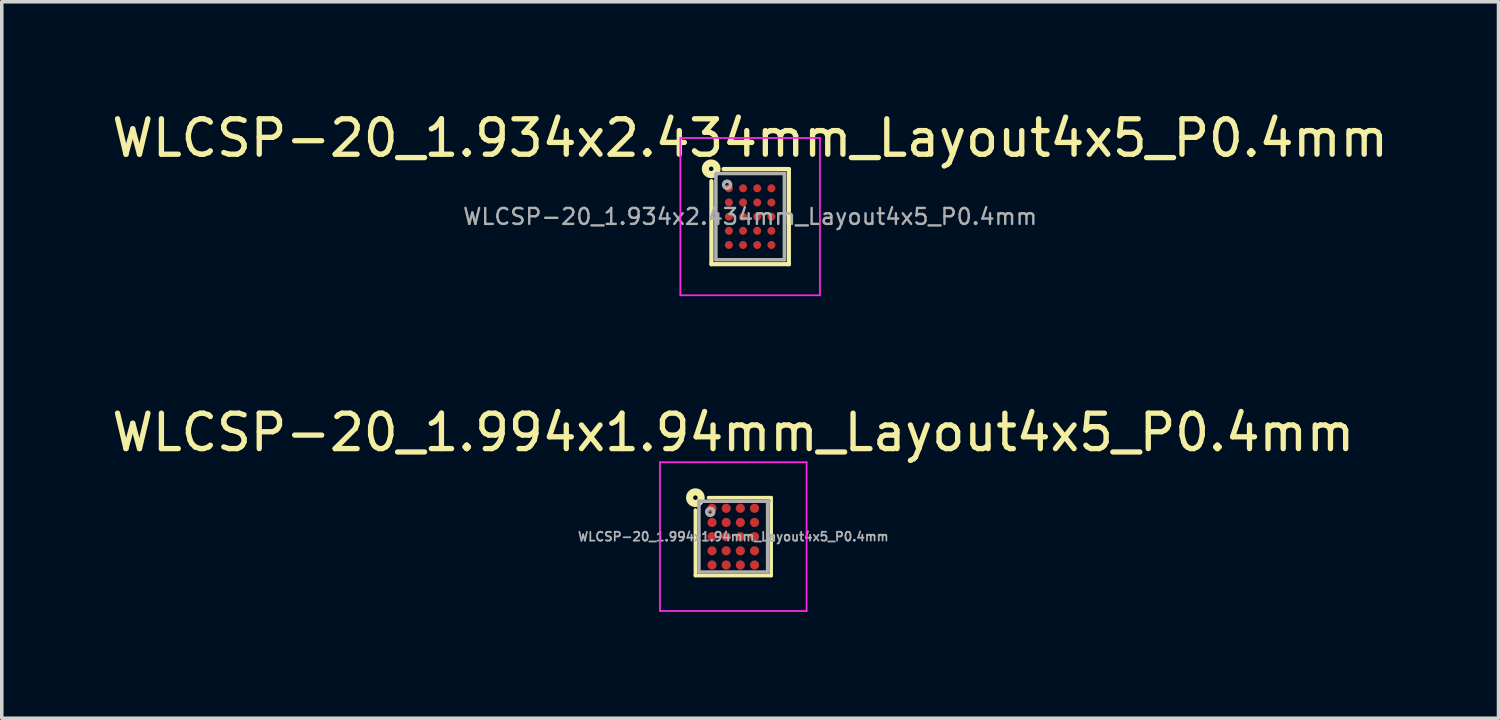
<source format=kicad_pcb>
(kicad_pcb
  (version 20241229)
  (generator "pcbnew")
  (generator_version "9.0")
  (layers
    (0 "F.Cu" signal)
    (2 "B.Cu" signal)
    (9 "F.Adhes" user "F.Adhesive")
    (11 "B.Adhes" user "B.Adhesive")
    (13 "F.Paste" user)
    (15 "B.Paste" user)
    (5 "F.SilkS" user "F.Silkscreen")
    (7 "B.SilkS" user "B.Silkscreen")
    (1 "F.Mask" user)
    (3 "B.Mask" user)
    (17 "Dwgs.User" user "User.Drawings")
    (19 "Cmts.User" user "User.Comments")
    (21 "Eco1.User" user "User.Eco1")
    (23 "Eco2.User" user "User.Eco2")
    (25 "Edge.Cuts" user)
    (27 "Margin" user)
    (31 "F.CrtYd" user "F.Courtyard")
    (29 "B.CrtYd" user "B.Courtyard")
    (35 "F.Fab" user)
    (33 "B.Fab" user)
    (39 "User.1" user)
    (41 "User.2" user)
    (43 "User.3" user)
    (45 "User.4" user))
  (footprint "WLCSP-20_1.934x2.434mm_Layout4x5_P0.4mm"
    (layer "F.Cu")
    (at 18.125 3.065)
    (property "Reference" "WLCSP-20_1.934x2.434mm_Layout4x5_P0.4mm" (at 0 -2.217 0) (layer "F.SilkS") (effects (font (size 1 1) (thickness 0.15))))
    (attr smd)
    (fp_line (start -1.092 1.342) (end -1.092 -1) (stroke (width 0.12) (type solid)) (layer "F.SilkS"))
    (fp_line (start -0.75 -1.342) (end 1.092 -1.342) (stroke (width 0.12) (type solid)) (layer "F.SilkS"))
    (fp_line (start 1.092 -1.342) (end 1.092 1.342) (stroke (width 0.12) (type solid)) (layer "F.SilkS"))
    (fp_line (start 1.092 1.342) (end -1.092 1.342) (stroke (width 0.12) (type solid)) (layer "F.SilkS"))
    (fp_circle (center -1.1 -1.35) (end -1.036 -1.35) (stroke (width 0.2) (type solid)) (fill no) (layer "F.SilkS"))
    (fp_line (start -1.97 -2.22) (end -1.97 2.22) (stroke (width 0.05) (type solid)) (layer "F.CrtYd"))
    (fp_line (start -1.97 2.22) (end 1.97 2.22) (stroke (width 0.05) (type solid)) (layer "F.CrtYd"))
    (fp_line (start 1.97 -2.22) (end -1.97 -2.22) (stroke (width 0.05) (type solid)) (layer "F.CrtYd"))
    (fp_line (start 1.97 2.22) (end 1.97 -2.22) (stroke (width 0.05) (type solid)) (layer "F.CrtYd"))
    (fp_line (start -0.967 1.217) (end -0.967 -1.2) (stroke (width 0.1) (type solid)) (layer "F.Fab"))
    (fp_line (start -0.95 -1.217) (end 0.967 -1.217) (stroke (width 0.1) (type solid)) (layer "F.Fab"))
    (fp_line (start 0.967 -1.217) (end 0.967 1.217) (stroke (width 0.1) (type solid)) (layer "F.Fab"))
    (fp_line (start 0.967 1.217) (end -0.967 1.217) (stroke (width 0.1) (type solid)) (layer "F.Fab"))
    (fp_circle (center -0.65 -0.9) (end -0.55 -0.9) (stroke (width 0.1) (type solid)) (fill no) (layer "F.Fab"))
    (fp_text user "${REFERENCE}" (at 0 0 0) (layer "F.Fab") (effects (font (size 0.45 0.45) (thickness 0.068))))
    (pad "A1" smd circle (at -0.6 -0.8) (size 0.225 0.225) (layers "F.Cu" "F.Mask" "F.Paste"))
    (pad "A2" smd circle (at -0.2 -0.8) (size 0.225 0.225) (layers "F.Cu" "F.Mask" "F.Paste"))
    (pad "A3" smd circle (at 0.2 -0.8) (size 0.225 0.225) (layers "F.Cu" "F.Mask" "F.Paste"))
    (pad "A4" smd circle (at 0.6 -0.8) (size 0.225 0.225) (layers "F.Cu" "F.Mask" "F.Paste"))
    (pad "B1" smd circle (at -0.6 -0.4) (size 0.225 0.225) (layers "F.Cu" "F.Mask" "F.Paste"))
    (pad "B2" smd circle (at -0.2 -0.4) (size 0.225 0.225) (layers "F.Cu" "F.Mask" "F.Paste"))
    (pad "B3" smd circle (at 0.2 -0.4) (size 0.225 0.225) (layers "F.Cu" "F.Mask" "F.Paste"))
    (pad "B4" smd circle (at 0.6 -0.4) (size 0.225 0.225) (layers "F.Cu" "F.Mask" "F.Paste"))
    (pad "C1" smd circle (at -0.6 0) (size 0.225 0.225) (layers "F.Cu" "F.Mask" "F.Paste"))
    (pad "C2" smd circle (at -0.2 0) (size 0.225 0.225) (layers "F.Cu" "F.Mask" "F.Paste"))
    (pad "C3" smd circle (at 0.2 0) (size 0.225 0.225) (layers "F.Cu" "F.Mask" "F.Paste"))
    (pad "C4" smd circle (at 0.6 0) (size 0.225 0.225) (layers "F.Cu" "F.Mask" "F.Paste"))
    (pad "D1" smd circle (at -0.6 0.4) (size 0.225 0.225) (layers "F.Cu" "F.Mask" "F.Paste"))
    (pad "D2" smd circle (at -0.2 0.4) (size 0.225 0.225) (layers "F.Cu" "F.Mask" "F.Paste"))
    (pad "D3" smd circle (at 0.2 0.4) (size 0.225 0.225) (layers "F.Cu" "F.Mask" "F.Paste"))
    (pad "D4" smd circle (at 0.6 0.4) (size 0.225 0.225) (layers "F.Cu" "F.Mask" "F.Paste"))
    (pad "E1" smd circle (at -0.6 0.8) (size 0.225 0.225) (layers "F.Cu" "F.Mask" "F.Paste"))
    (pad "E2" smd circle (at -0.2 0.8) (size 0.225 0.225) (layers "F.Cu" "F.Mask" "F.Paste"))
    (pad "E3" smd circle (at 0.2 0.8) (size 0.225 0.225) (layers "F.Cu" "F.Mask" "F.Paste"))
    (pad "E4" smd circle (at 0.6 0.8) (size 0.225 0.225) (layers "F.Cu" "F.Mask" "F.Paste")))
  (footprint "WLCSP-20_1.994x1.94mm_Layout4x5_P0.4mm"
    (layer "F.Cu")
    (at 17.649 12.098)
    (property "Reference" "WLCSP-20_1.994x1.94mm_Layout4x5_P0.4mm" (at 0 -2.94 0) (layer "F.SilkS") (effects (font (size 1 1) (thickness 0.15))))
    (attr smd)
    (fp_line (start -1.07 1.1) (end -1.07 -0.75) (stroke (width 0.1) (type solid)) (layer "F.SilkS"))
    (fp_line (start 1.07 -1.1) (end -0.7 -1.1) (stroke (width 0.1) (type solid)) (layer "F.SilkS"))
    (fp_line (start 1.07 1.1) (end -1.07 1.1) (stroke (width 0.1) (type solid)) (layer "F.SilkS"))
    (fp_line (start 1.07 1.1) (end 1.07 -1.1) (stroke (width 0.1) (type solid)) (layer "F.SilkS"))
    (fp_circle (center -1.07 -1.1) (end -1.006 -1.1) (stroke (width 0.2) (type solid)) (fill no) (layer "F.SilkS"))
    (fp_line (start -2.07 2.1) (end -2.07 -2.1) (stroke (width 0.05) (type solid)) (layer "F.CrtYd"))
    (fp_line (start 2.07 -2.1) (end -2.07 -2.1) (stroke (width 0.05) (type solid)) (layer "F.CrtYd"))
    (fp_line (start 2.07 2.1) (end -2.07 2.1) (stroke (width 0.05) (type solid)) (layer "F.CrtYd"))
    (fp_line (start 2.07 2.1) (end 2.07 -2.1) (stroke (width 0.05) (type solid)) (layer "F.CrtYd"))
    (fp_line (start -0.97 -1) (end 1.02 -1) (stroke (width 0.1) (type solid)) (layer "F.Fab"))
    (fp_line (start -0.97 0.997) (end -0.97 -1) (stroke (width 0.1) (type solid)) (layer "F.Fab"))
    (fp_line (start -0.97 1) (end 0.97 1) (stroke (width 0.1) (type solid)) (layer "F.Fab"))
    (fp_line (start 0.97 0.997) (end 0.97 -0.997) (stroke (width 0.1) (type solid)) (layer "F.Fab"))
    (fp_circle (center -0.65 -0.7) (end -0.55 -0.7) (stroke (width 0.1) (type solid)) (fill no) (layer "F.Fab"))
    (fp_text user "${REFERENCE}" (at 0 0 0) (layer "F.Fab") (effects (font (size 0.25 0.25) (thickness 0.05))))
    (pad "A1" smd circle (at -0.6 -0.8) (size 0.258 0.258) (layers "F.Cu" "F.Mask" "F.Paste"))
    (pad "A2" smd circle (at -0.2 -0.8) (size 0.258 0.258) (layers "F.Cu" "F.Mask" "F.Paste"))
    (pad "A3" smd circle (at 0.2 -0.8) (size 0.258 0.258) (layers "F.Cu" "F.Mask" "F.Paste"))
    (pad "A4" smd circle (at 0.6 -0.8) (size 0.258 0.258) (layers "F.Cu" "F.Mask" "F.Paste"))
    (pad "B1" smd circle (at -0.6 -0.4) (size 0.258 0.258) (layers "F.Cu" "F.Mask" "F.Paste"))
    (pad "B2" smd circle (at -0.2 -0.4) (size 0.258 0.258) (layers "F.Cu" "F.Mask" "F.Paste"))
    (pad "B3" smd circle (at 0.2 -0.4) (size 0.258 0.258) (layers "F.Cu" "F.Mask" "F.Paste"))
    (pad "B4" smd circle (at 0.6 -0.4) (size 0.258 0.258) (layers "F.Cu" "F.Mask" "F.Paste"))
    (pad "C1" smd circle (at -0.6 0) (size 0.258 0.258) (layers "F.Cu" "F.Mask" "F.Paste"))
    (pad "C2" smd circle (at -0.2 0) (size 0.258 0.258) (layers "F.Cu" "F.Mask" "F.Paste"))
    (pad "C3" smd circle (at 0.2 0) (size 0.258 0.258) (layers "F.Cu" "F.Mask" "F.Paste"))
    (pad "C4" smd circle (at 0.6 0) (size 0.258 0.258) (layers "F.Cu" "F.Mask" "F.Paste"))
    (pad "D1" smd circle (at -0.6 0.4) (size 0.258 0.258) (layers "F.Cu" "F.Mask" "F.Paste"))
    (pad "D2" smd circle (at -0.2 0.4) (size 0.258 0.258) (layers "F.Cu" "F.Mask" "F.Paste"))
    (pad "D3" smd circle (at 0.2 0.4) (size 0.258 0.258) (layers "F.Cu" "F.Mask" "F.Paste"))
    (pad "D4" smd circle (at 0.6 0.4) (size 0.258 0.258) (layers "F.Cu" "F.Mask" "F.Paste"))
    (pad "E1" smd circle (at -0.6 0.8) (size 0.258 0.258) (layers "F.Cu" "F.Mask" "F.Paste"))
    (pad "E2" smd circle (at -0.2 0.8) (size 0.258 0.258) (layers "F.Cu" "F.Mask" "F.Paste"))
    (pad "E3" smd circle (at 0.2 0.8) (size 0.258 0.258) (layers "F.Cu" "F.Mask" "F.Paste"))
    (pad "E4" smd circle (at 0.6 0.8) (size 0.258 0.258) (layers "F.Cu" "F.Mask" "F.Paste")))
  (gr_rect
    (start -3 -3)
    (end 39.25 17.224)
    (stroke (width 0.1) (type default))
    (fill no)
    (layer "Edge.Cuts")))
</source>
